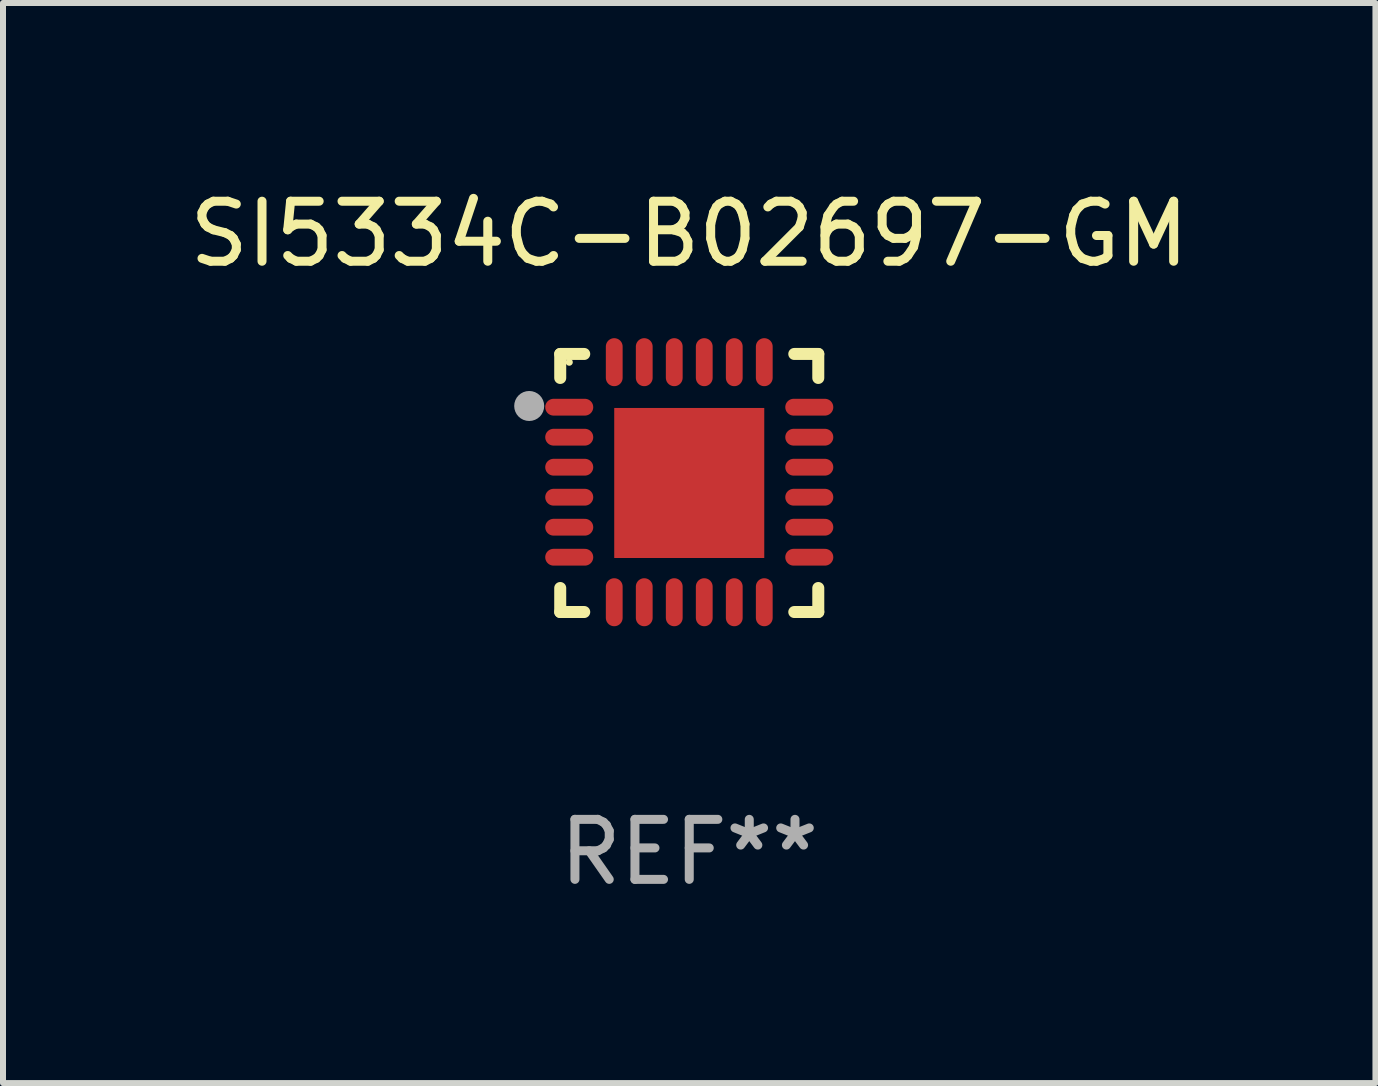
<source format=kicad_pcb>
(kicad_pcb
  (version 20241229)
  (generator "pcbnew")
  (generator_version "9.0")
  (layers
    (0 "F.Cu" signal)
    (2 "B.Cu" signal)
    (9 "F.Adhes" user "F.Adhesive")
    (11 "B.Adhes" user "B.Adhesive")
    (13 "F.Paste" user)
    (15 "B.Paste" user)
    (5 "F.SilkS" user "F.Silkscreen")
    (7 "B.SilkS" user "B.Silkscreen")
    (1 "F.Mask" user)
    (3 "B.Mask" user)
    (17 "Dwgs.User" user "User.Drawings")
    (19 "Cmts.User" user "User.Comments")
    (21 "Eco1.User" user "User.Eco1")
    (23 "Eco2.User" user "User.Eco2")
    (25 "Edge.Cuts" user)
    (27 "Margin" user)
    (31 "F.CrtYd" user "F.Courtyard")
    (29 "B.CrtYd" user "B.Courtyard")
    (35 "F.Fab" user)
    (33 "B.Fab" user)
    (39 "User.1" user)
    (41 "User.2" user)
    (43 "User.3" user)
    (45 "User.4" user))
  (footprint "SI5334C-B02697-GM"
    (layer "F.Cu")
    (at 8.435 4.998)
    (property "Reference" "SI5334C-B02697-GM" (at 0 -4.15 0) (layer "F.SilkS") (effects (font (size 1 1) (thickness 0.15))))
    (attr through_hole)
    (fp_line (start -2.15 -2.15) (end -1.75 -2.15) (stroke (width 0.2) (type solid)) (layer "F.SilkS"))
    (fp_line (start -2.15 -1.75) (end -2.15 -2.15) (stroke (width 0.2) (type solid)) (layer "F.SilkS"))
    (fp_line (start -2.15 2.15) (end -2.15 1.75) (stroke (width 0.2) (type solid)) (layer "F.SilkS"))
    (fp_line (start -1.75 2.15) (end -2.15 2.15) (stroke (width 0.2) (type solid)) (layer "F.SilkS"))
    (fp_line (start 1.75 -2.15) (end 2.15 -2.15) (stroke (width 0.2) (type solid)) (layer "F.SilkS"))
    (fp_line (start 1.75 2.15) (end 2.15 2.15) (stroke (width 0.2) (type solid)) (layer "F.SilkS"))
    (fp_line (start 2.15 -2.15) (end 2.15 -1.75) (stroke (width 0.2) (type solid)) (layer "F.SilkS"))
    (fp_line (start 2.15 2.15) (end 2.15 1.75) (stroke (width 0.2) (type solid)) (layer "F.SilkS"))
    (fp_circle (center -2 -2.013) (end -1.97 -2.013) (stroke (width 0.06) (type solid)) (fill no) (layer "F.SilkS"))
    (fp_circle (center -2.667 -1.283) (end -2.542 -1.283) (stroke (width 0.25) (type solid)) (fill no) (layer "F.Fab"))
    (fp_text user "REF**" (at 0 6.15 0) (layer "F.Fab") (effects (font (size 1 1) (thickness 0.15))))
    (pad "1" smd oval (at -2 -1.263) (size 0.8 0.28) (layers "F.Cu" "F.Mask" "F.Paste"))
    (pad "2" smd oval (at -2 -0.763) (size 0.8 0.28) (layers "F.Cu" "F.Mask" "F.Paste"))
    (pad "3" smd oval (at -2 -0.263) (size 0.8 0.28) (layers "F.Cu" "F.Mask" "F.Paste"))
    (pad "4" smd oval (at -2 0.237) (size 0.8 0.28) (layers "F.Cu" "F.Mask" "F.Paste"))
    (pad "5" smd oval (at -2 0.737) (size 0.8 0.28) (layers "F.Cu" "F.Mask" "F.Paste"))
    (pad "6" smd oval (at -2 1.237) (size 0.8 0.28) (layers "F.Cu" "F.Mask" "F.Paste"))
    (pad "7" smd oval (at -1.25 1.987) (size 0.28 0.8) (layers "F.Cu" "F.Mask" "F.Paste"))
    (pad "8" smd oval (at -0.75 1.987) (size 0.28 0.8) (layers "F.Cu" "F.Mask" "F.Paste"))
    (pad "9" smd oval (at -0.25 1.987) (size 0.28 0.8) (layers "F.Cu" "F.Mask" "F.Paste"))
    (pad "10" smd oval (at 0.25 1.987) (size 0.28 0.8) (layers "F.Cu" "F.Mask" "F.Paste"))
    (pad "11" smd oval (at 0.75 1.987) (size 0.28 0.8) (layers "F.Cu" "F.Mask" "F.Paste"))
    (pad "12" smd oval (at 1.25 1.987) (size 0.28 0.8) (layers "F.Cu" "F.Mask" "F.Paste"))
    (pad "13" smd oval (at 2 1.237) (size 0.8 0.28) (layers "F.Cu" "F.Mask" "F.Paste"))
    (pad "14" smd oval (at 2 0.737) (size 0.8 0.28) (layers "F.Cu" "F.Mask" "F.Paste"))
    (pad "15" smd oval (at 2 0.237) (size 0.8 0.28) (layers "F.Cu" "F.Mask" "F.Paste"))
    (pad "16" smd oval (at 2 -0.263) (size 0.8 0.28) (layers "F.Cu" "F.Mask" "F.Paste"))
    (pad "17" smd oval (at 2 -0.763) (size 0.8 0.28) (layers "F.Cu" "F.Mask" "F.Paste"))
    (pad "18" smd oval (at 2 -1.263) (size 0.8 0.28) (layers "F.Cu" "F.Mask" "F.Paste"))
    (pad "19" smd oval (at 1.25 -2.013) (size 0.28 0.8) (layers "F.Cu" "F.Mask" "F.Paste"))
    (pad "20" smd oval (at 0.75 -2.013) (size 0.28 0.8) (layers "F.Cu" "F.Mask" "F.Paste"))
    (pad "21" smd oval (at 0.25 -2.013) (size 0.28 0.8) (layers "F.Cu" "F.Mask" "F.Paste"))
    (pad "22" smd oval (at -0.25 -2.013) (size 0.28 0.8) (layers "F.Cu" "F.Mask" "F.Paste"))
    (pad "23" smd oval (at -0.75 -2.013) (size 0.28 0.8) (layers "F.Cu" "F.Mask" "F.Paste"))
    (pad "24" smd oval (at -1.25 -2.013) (size 0.28 0.8) (layers "F.Cu" "F.Mask" "F.Paste"))
    (pad "25" smd rect (at -0.000127 -0.00014) (size 2.5 2.5) (layers "F.Cu" "F.Mask" "F.Paste")))
  (gr_rect
    (start -3 -3)
    (end 19.869 14.997)
    (stroke (width 0.1) (type default))
    (fill no)
    (layer "Edge.Cuts")))
</source>
